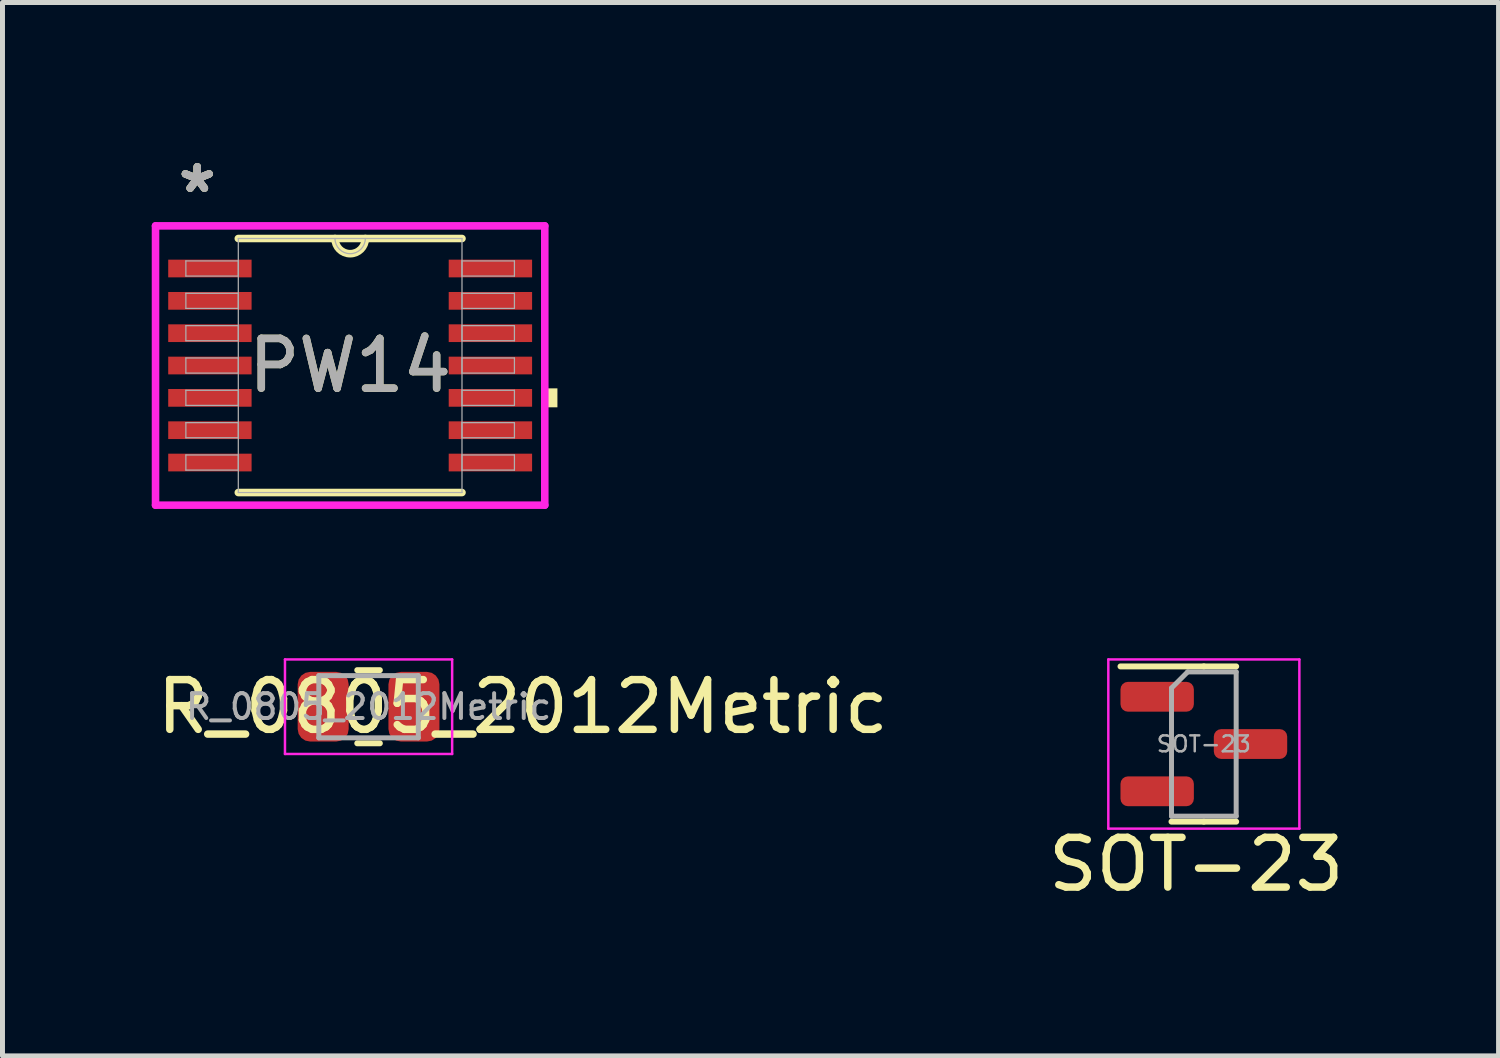
<source format=kicad_pcb>
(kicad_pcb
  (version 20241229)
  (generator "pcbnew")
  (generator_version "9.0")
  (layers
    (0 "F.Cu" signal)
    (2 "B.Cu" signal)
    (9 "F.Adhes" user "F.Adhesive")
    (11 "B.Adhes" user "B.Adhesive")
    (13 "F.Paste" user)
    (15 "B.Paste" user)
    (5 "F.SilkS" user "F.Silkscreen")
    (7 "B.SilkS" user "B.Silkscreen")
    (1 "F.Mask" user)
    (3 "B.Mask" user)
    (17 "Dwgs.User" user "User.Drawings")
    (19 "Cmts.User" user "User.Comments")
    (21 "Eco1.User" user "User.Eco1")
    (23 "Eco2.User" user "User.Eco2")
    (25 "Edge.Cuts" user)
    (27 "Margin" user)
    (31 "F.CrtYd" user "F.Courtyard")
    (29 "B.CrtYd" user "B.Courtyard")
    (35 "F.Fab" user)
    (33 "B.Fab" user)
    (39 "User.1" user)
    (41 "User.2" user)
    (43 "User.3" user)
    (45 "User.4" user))
  (footprint "PW14"
    (layer "F.Cu")
    (at 3.988 4.297)
    (property "Reference" "PW14" (at 0 0 0) (unlocked yes) (layer "F.SilkS") (effects (font (size 1 1) (thickness 0.15))))
    (attr smd)
    (fp_line (start -2.248 2.553) (end 2.248 2.553) (stroke (width 0.152) (type solid)) (layer "F.SilkS"))
    (fp_line (start 2.248 -2.553) (end -2.248 -2.553) (stroke (width 0.152) (type solid)) (layer "F.SilkS"))
    (fp_arc (start 0.3048 -2.5527) (mid 0 -2.2479) (end -0.3048 -2.5527) (stroke (width 0.1524) (type solid)) (layer "F.SilkS"))
    (fp_poly (pts (xy 4.166 0.459) (xy 4.166 0.84) (xy 3.912 0.84) (xy 3.912 0.459)) (stroke (width 0) (type solid)) (fill yes) (layer "F.SilkS"))
    (fp_line (start -3.912 -2.807) (end 3.912 -2.807) (stroke (width 0.152) (type solid)) (layer "F.CrtYd"))
    (fp_line (start -3.912 2.807) (end -3.912 -2.807) (stroke (width 0.152) (type solid)) (layer "F.CrtYd"))
    (fp_line (start 3.912 -2.807) (end 3.912 2.807) (stroke (width 0.152) (type solid)) (layer "F.CrtYd"))
    (fp_line (start 3.912 2.807) (end -3.912 2.807) (stroke (width 0.152) (type solid)) (layer "F.CrtYd"))
    (fp_line (start -3.302 -2.102) (end -3.302 -1.798) (stroke (width 0.025) (type solid)) (layer "F.Fab"))
    (fp_line (start -3.302 -1.798) (end -2.248 -1.798) (stroke (width 0.025) (type solid)) (layer "F.Fab"))
    (fp_line (start -3.302 -1.452) (end -3.302 -1.148) (stroke (width 0.025) (type solid)) (layer "F.Fab"))
    (fp_line (start -3.302 -1.148) (end -2.248 -1.148) (stroke (width 0.025) (type solid)) (layer "F.Fab"))
    (fp_line (start -3.302 -0.802) (end -3.302 -0.498) (stroke (width 0.025) (type solid)) (layer "F.Fab"))
    (fp_line (start -3.302 -0.498) (end -2.248 -0.498) (stroke (width 0.025) (type solid)) (layer "F.Fab"))
    (fp_line (start -3.302 -0.152) (end -3.302 0.152) (stroke (width 0.025) (type solid)) (layer "F.Fab"))
    (fp_line (start -3.302 0.152) (end -2.248 0.152) (stroke (width 0.025) (type solid)) (layer "F.Fab"))
    (fp_line (start -3.302 0.498) (end -3.302 0.802) (stroke (width 0.025) (type solid)) (layer "F.Fab"))
    (fp_line (start -3.302 0.802) (end -2.248 0.802) (stroke (width 0.025) (type solid)) (layer "F.Fab"))
    (fp_line (start -3.302 1.148) (end -3.302 1.452) (stroke (width 0.025) (type solid)) (layer "F.Fab"))
    (fp_line (start -3.302 1.452) (end -2.248 1.452) (stroke (width 0.025) (type solid)) (layer "F.Fab"))
    (fp_line (start -3.302 1.798) (end -3.302 2.102) (stroke (width 0.025) (type solid)) (layer "F.Fab"))
    (fp_line (start -3.302 2.102) (end -2.248 2.102) (stroke (width 0.025) (type solid)) (layer "F.Fab"))
    (fp_line (start -2.248 -2.553) (end -2.248 2.553) (stroke (width 0.025) (type solid)) (layer "F.Fab"))
    (fp_line (start -2.248 -2.102) (end -3.302 -2.102) (stroke (width 0.025) (type solid)) (layer "F.Fab"))
    (fp_line (start -2.248 -1.798) (end -2.248 -2.102) (stroke (width 0.025) (type solid)) (layer "F.Fab"))
    (fp_line (start -2.248 -1.452) (end -3.302 -1.452) (stroke (width 0.025) (type solid)) (layer "F.Fab"))
    (fp_line (start -2.248 -1.148) (end -2.248 -1.452) (stroke (width 0.025) (type solid)) (layer "F.Fab"))
    (fp_line (start -2.248 -0.802) (end -3.302 -0.802) (stroke (width 0.025) (type solid)) (layer "F.Fab"))
    (fp_line (start -2.248 -0.498) (end -2.248 -0.802) (stroke (width 0.025) (type solid)) (layer "F.Fab"))
    (fp_line (start -2.248 -0.152) (end -3.302 -0.152) (stroke (width 0.025) (type solid)) (layer "F.Fab"))
    (fp_line (start -2.248 0.152) (end -2.248 -0.152) (stroke (width 0.025) (type solid)) (layer "F.Fab"))
    (fp_line (start -2.248 0.498) (end -3.302 0.498) (stroke (width 0.025) (type solid)) (layer "F.Fab"))
    (fp_line (start -2.248 0.802) (end -2.248 0.498) (stroke (width 0.025) (type solid)) (layer "F.Fab"))
    (fp_line (start -2.248 1.148) (end -3.302 1.148) (stroke (width 0.025) (type solid)) (layer "F.Fab"))
    (fp_line (start -2.248 1.452) (end -2.248 1.148) (stroke (width 0.025) (type solid)) (layer "F.Fab"))
    (fp_line (start -2.248 1.798) (end -3.302 1.798) (stroke (width 0.025) (type solid)) (layer "F.Fab"))
    (fp_line (start -2.248 2.102) (end -2.248 1.798) (stroke (width 0.025) (type solid)) (layer "F.Fab"))
    (fp_line (start -2.248 2.553) (end 2.248 2.553) (stroke (width 0.025) (type solid)) (layer "F.Fab"))
    (fp_line (start 2.248 -2.553) (end -2.248 -2.553) (stroke (width 0.025) (type solid)) (layer "F.Fab"))
    (fp_line (start 2.248 -2.102) (end 2.248 -1.798) (stroke (width 0.025) (type solid)) (layer "F.Fab"))
    (fp_line (start 2.248 -1.798) (end 3.302 -1.798) (stroke (width 0.025) (type solid)) (layer "F.Fab"))
    (fp_line (start 2.248 -1.452) (end 2.248 -1.148) (stroke (width 0.025) (type solid)) (layer "F.Fab"))
    (fp_line (start 2.248 -1.148) (end 3.302 -1.148) (stroke (width 0.025) (type solid)) (layer "F.Fab"))
    (fp_line (start 2.248 -0.802) (end 2.248 -0.498) (stroke (width 0.025) (type solid)) (layer "F.Fab"))
    (fp_line (start 2.248 -0.498) (end 3.302 -0.498) (stroke (width 0.025) (type solid)) (layer "F.Fab"))
    (fp_line (start 2.248 -0.152) (end 2.248 0.152) (stroke (width 0.025) (type solid)) (layer "F.Fab"))
    (fp_line (start 2.248 0.152) (end 3.302 0.152) (stroke (width 0.025) (type solid)) (layer "F.Fab"))
    (fp_line (start 2.248 0.498) (end 2.248 0.802) (stroke (width 0.025) (type solid)) (layer "F.Fab"))
    (fp_line (start 2.248 0.802) (end 3.302 0.802) (stroke (width 0.025) (type solid)) (layer "F.Fab"))
    (fp_line (start 2.248 1.148) (end 2.248 1.452) (stroke (width 0.025) (type solid)) (layer "F.Fab"))
    (fp_line (start 2.248 1.452) (end 3.302 1.452) (stroke (width 0.025) (type solid)) (layer "F.Fab"))
    (fp_line (start 2.248 1.798) (end 2.248 2.102) (stroke (width 0.025) (type solid)) (layer "F.Fab"))
    (fp_line (start 2.248 2.102) (end 3.302 2.102) (stroke (width 0.025) (type solid)) (layer "F.Fab"))
    (fp_line (start 2.248 2.553) (end 2.248 -2.553) (stroke (width 0.025) (type solid)) (layer "F.Fab"))
    (fp_line (start 3.302 -2.102) (end 2.248 -2.102) (stroke (width 0.025) (type solid)) (layer "F.Fab"))
    (fp_line (start 3.302 -1.798) (end 3.302 -2.102) (stroke (width 0.025) (type solid)) (layer "F.Fab"))
    (fp_line (start 3.302 -1.452) (end 2.248 -1.452) (stroke (width 0.025) (type solid)) (layer "F.Fab"))
    (fp_line (start 3.302 -1.148) (end 3.302 -1.452) (stroke (width 0.025) (type solid)) (layer "F.Fab"))
    (fp_line (start 3.302 -0.802) (end 2.248 -0.802) (stroke (width 0.025) (type solid)) (layer "F.Fab"))
    (fp_line (start 3.302 -0.498) (end 3.302 -0.802) (stroke (width 0.025) (type solid)) (layer "F.Fab"))
    (fp_line (start 3.302 -0.152) (end 2.248 -0.152) (stroke (width 0.025) (type solid)) (layer "F.Fab"))
    (fp_line (start 3.302 0.152) (end 3.302 -0.152) (stroke (width 0.025) (type solid)) (layer "F.Fab"))
    (fp_line (start 3.302 0.498) (end 2.248 0.498) (stroke (width 0.025) (type solid)) (layer "F.Fab"))
    (fp_line (start 3.302 0.802) (end 3.302 0.498) (stroke (width 0.025) (type solid)) (layer "F.Fab"))
    (fp_line (start 3.302 1.148) (end 2.248 1.148) (stroke (width 0.025) (type solid)) (layer "F.Fab"))
    (fp_line (start 3.302 1.452) (end 3.302 1.148) (stroke (width 0.025) (type solid)) (layer "F.Fab"))
    (fp_line (start 3.302 1.798) (end 2.248 1.798) (stroke (width 0.025) (type solid)) (layer "F.Fab"))
    (fp_line (start 3.302 2.102) (end 3.302 1.798) (stroke (width 0.025) (type solid)) (layer "F.Fab"))
    (fp_arc (start 0.3048 -2.5527) (mid 0 -2.2479) (end -0.3048 -2.5527) (stroke (width 0.0254) (type solid)) (layer "F.Fab"))
    (fp_text user "*" (at -3.073 -3.449 0) (unlocked yes) (layer "F.SilkS") (effects (font (size 1 1) (thickness 0.15))))
    (fp_text user "*" (at -3.073 -3.449 0) (layer "F.SilkS") (effects (font (size 1 1) (thickness 0.15))))
    (fp_text user "${REFERENCE}" (at 0 0 0) (unlocked yes) (layer "F.Fab") (effects (font (size 1 1) (thickness 0.15))))
    (fp_text user "*" (at -3.073 -3.449 0) (unlocked yes) (layer "F.Fab") (effects (font (size 1 1) (thickness 0.15))))
    (fp_text user "*" (at -3.073 -3.449 0) (layer "F.Fab") (effects (font (size 1 1) (thickness 0.15))))
    (pad "1" smd rect (at -2.819 -1.95) (size 1.676 0.356) (layers "F.Cu" "F.Mask" "F.Paste"))
    (pad "2" smd rect (at -2.819 -1.3) (size 1.676 0.356) (layers "F.Cu" "F.Mask" "F.Paste"))
    (pad "3" smd rect (at -2.819 -0.65) (size 1.676 0.356) (layers "F.Cu" "F.Mask" "F.Paste"))
    (pad "4" smd rect (at -2.819 0) (size 1.676 0.356) (layers "F.Cu" "F.Mask" "F.Paste"))
    (pad "5" smd rect (at -2.819 0.65) (size 1.676 0.356) (layers "F.Cu" "F.Mask" "F.Paste"))
    (pad "6" smd rect (at -2.819 1.3) (size 1.676 0.356) (layers "F.Cu" "F.Mask" "F.Paste"))
    (pad "7" smd rect (at -2.819 1.95) (size 1.676 0.356) (layers "F.Cu" "F.Mask" "F.Paste"))
    (pad "8" smd rect (at 2.819 1.95) (size 1.676 0.356) (layers "F.Cu" "F.Mask" "F.Paste"))
    (pad "9" smd rect (at 2.819 1.3) (size 1.676 0.356) (layers "F.Cu" "F.Mask" "F.Paste"))
    (pad "10" smd rect (at 2.819 0.65) (size 1.676 0.356) (layers "F.Cu" "F.Mask" "F.Paste"))
    (pad "11" smd rect (at 2.819 0) (size 1.676 0.356) (layers "F.Cu" "F.Mask" "F.Paste"))
    (pad "12" smd rect (at 2.819 -0.65) (size 1.676 0.356) (layers "F.Cu" "F.Mask" "F.Paste"))
    (pad "13" smd rect (at 2.819 -1.3) (size 1.676 0.356) (layers "F.Cu" "F.Mask" "F.Paste"))
    (pad "14" smd rect (at 2.819 -1.95) (size 1.676 0.356) (layers "F.Cu" "F.Mask" "F.Paste")))
  (footprint "R_0805_2012Metric"
    (layer "F.Cu")
    (at 4.358 11.155)
    (property "Reference" "R_0805_2012Metric" (at 3.1 0 0) (layer "F.SilkS") (effects (font (size 1 1) (thickness 0.15))))
    (attr smd)
    (fp_line (start -0.227 -0.735) (end 0.227 -0.735) (stroke (width 0.12) (type solid)) (layer "F.SilkS"))
    (fp_line (start -0.227 0.735) (end 0.227 0.735) (stroke (width 0.12) (type solid)) (layer "F.SilkS"))
    (fp_line (start -1.68 -0.95) (end 1.68 -0.95) (stroke (width 0.05) (type solid)) (layer "F.CrtYd"))
    (fp_line (start -1.68 0.95) (end -1.68 -0.95) (stroke (width 0.05) (type solid)) (layer "F.CrtYd"))
    (fp_line (start 1.68 -0.95) (end 1.68 0.95) (stroke (width 0.05) (type solid)) (layer "F.CrtYd"))
    (fp_line (start 1.68 0.95) (end -1.68 0.95) (stroke (width 0.05) (type solid)) (layer "F.CrtYd"))
    (fp_line (start -1 -0.625) (end 1 -0.625) (stroke (width 0.1) (type solid)) (layer "F.Fab"))
    (fp_line (start -1 0.625) (end -1 -0.625) (stroke (width 0.1) (type solid)) (layer "F.Fab"))
    (fp_line (start 1 -0.625) (end 1 0.625) (stroke (width 0.1) (type solid)) (layer "F.Fab"))
    (fp_line (start 1 0.625) (end -1 0.625) (stroke (width 0.1) (type solid)) (layer "F.Fab"))
    (fp_text user "${REFERENCE}" (at 0 0 0) (layer "F.Fab") (effects (font (size 0.5 0.5) (thickness 0.08))))
    (pad "1" smd roundrect (at -0.912 0) (size 1.025 1.4) (layers "F.Cu" "F.Mask" "F.Paste") (roundrect_rratio 0.244))
    (pad "2" smd roundrect (at 0.912 0) (size 1.025 1.4) (layers "F.Cu" "F.Mask" "F.Paste") (roundrect_rratio 0.244)))
  (footprint "SOT-23"
    (layer "F.Cu")
    (at 21.147 11.905)
    (property "Reference" "SOT-23" (at -0.153 2.42 180) (layer "F.SilkS") (effects (font (size 1 1) (thickness 0.15))))
    (attr smd)
    (fp_line (start 0 -1.56) (end -1.675 -1.56) (stroke (width 0.12) (type solid)) (layer "F.SilkS"))
    (fp_line (start 0 -1.56) (end 0.65 -1.56) (stroke (width 0.12) (type solid)) (layer "F.SilkS"))
    (fp_line (start 0 1.56) (end -0.65 1.56) (stroke (width 0.12) (type solid)) (layer "F.SilkS"))
    (fp_line (start 0 1.56) (end 0.65 1.56) (stroke (width 0.12) (type solid)) (layer "F.SilkS"))
    (fp_line (start -1.92 -1.7) (end -1.92 1.7) (stroke (width 0.05) (type solid)) (layer "F.CrtYd"))
    (fp_line (start -1.92 1.7) (end 1.92 1.7) (stroke (width 0.05) (type solid)) (layer "F.CrtYd"))
    (fp_line (start 1.92 -1.7) (end -1.92 -1.7) (stroke (width 0.05) (type solid)) (layer "F.CrtYd"))
    (fp_line (start 1.92 1.7) (end 1.92 -1.7) (stroke (width 0.05) (type solid)) (layer "F.CrtYd"))
    (fp_line (start -0.65 -1.125) (end -0.325 -1.45) (stroke (width 0.1) (type solid)) (layer "F.Fab"))
    (fp_line (start -0.65 1.45) (end -0.65 -1.125) (stroke (width 0.1) (type solid)) (layer "F.Fab"))
    (fp_line (start -0.325 -1.45) (end 0.65 -1.45) (stroke (width 0.1) (type solid)) (layer "F.Fab"))
    (fp_line (start 0.65 -1.45) (end 0.65 1.45) (stroke (width 0.1) (type solid)) (layer "F.Fab"))
    (fp_line (start 0.65 1.45) (end -0.65 1.45) (stroke (width 0.1) (type solid)) (layer "F.Fab"))
    (fp_text user "${REFERENCE}" (at 0 0 180) (layer "F.Fab") (effects (font (size 0.32 0.32) (thickness 0.05))))
    (pad "1" smd roundrect (at -0.938 -0.95) (size 1.475 0.6) (layers "F.Cu" "F.Mask" "F.Paste") (roundrect_rratio 0.25))
    (pad "2" smd roundrect (at -0.938 0.95) (size 1.475 0.6) (layers "F.Cu" "F.Mask" "F.Paste") (roundrect_rratio 0.25))
    (pad "3" smd roundrect (at 0.938 0) (size 1.475 0.6) (layers "F.Cu" "F.Mask" "F.Paste") (roundrect_rratio 0.25)))
  (gr_rect
    (start -3 -3)
    (end 27.071 18.173)
    (stroke (width 0.1) (type default))
    (fill no)
    (layer "Edge.Cuts")))
</source>
